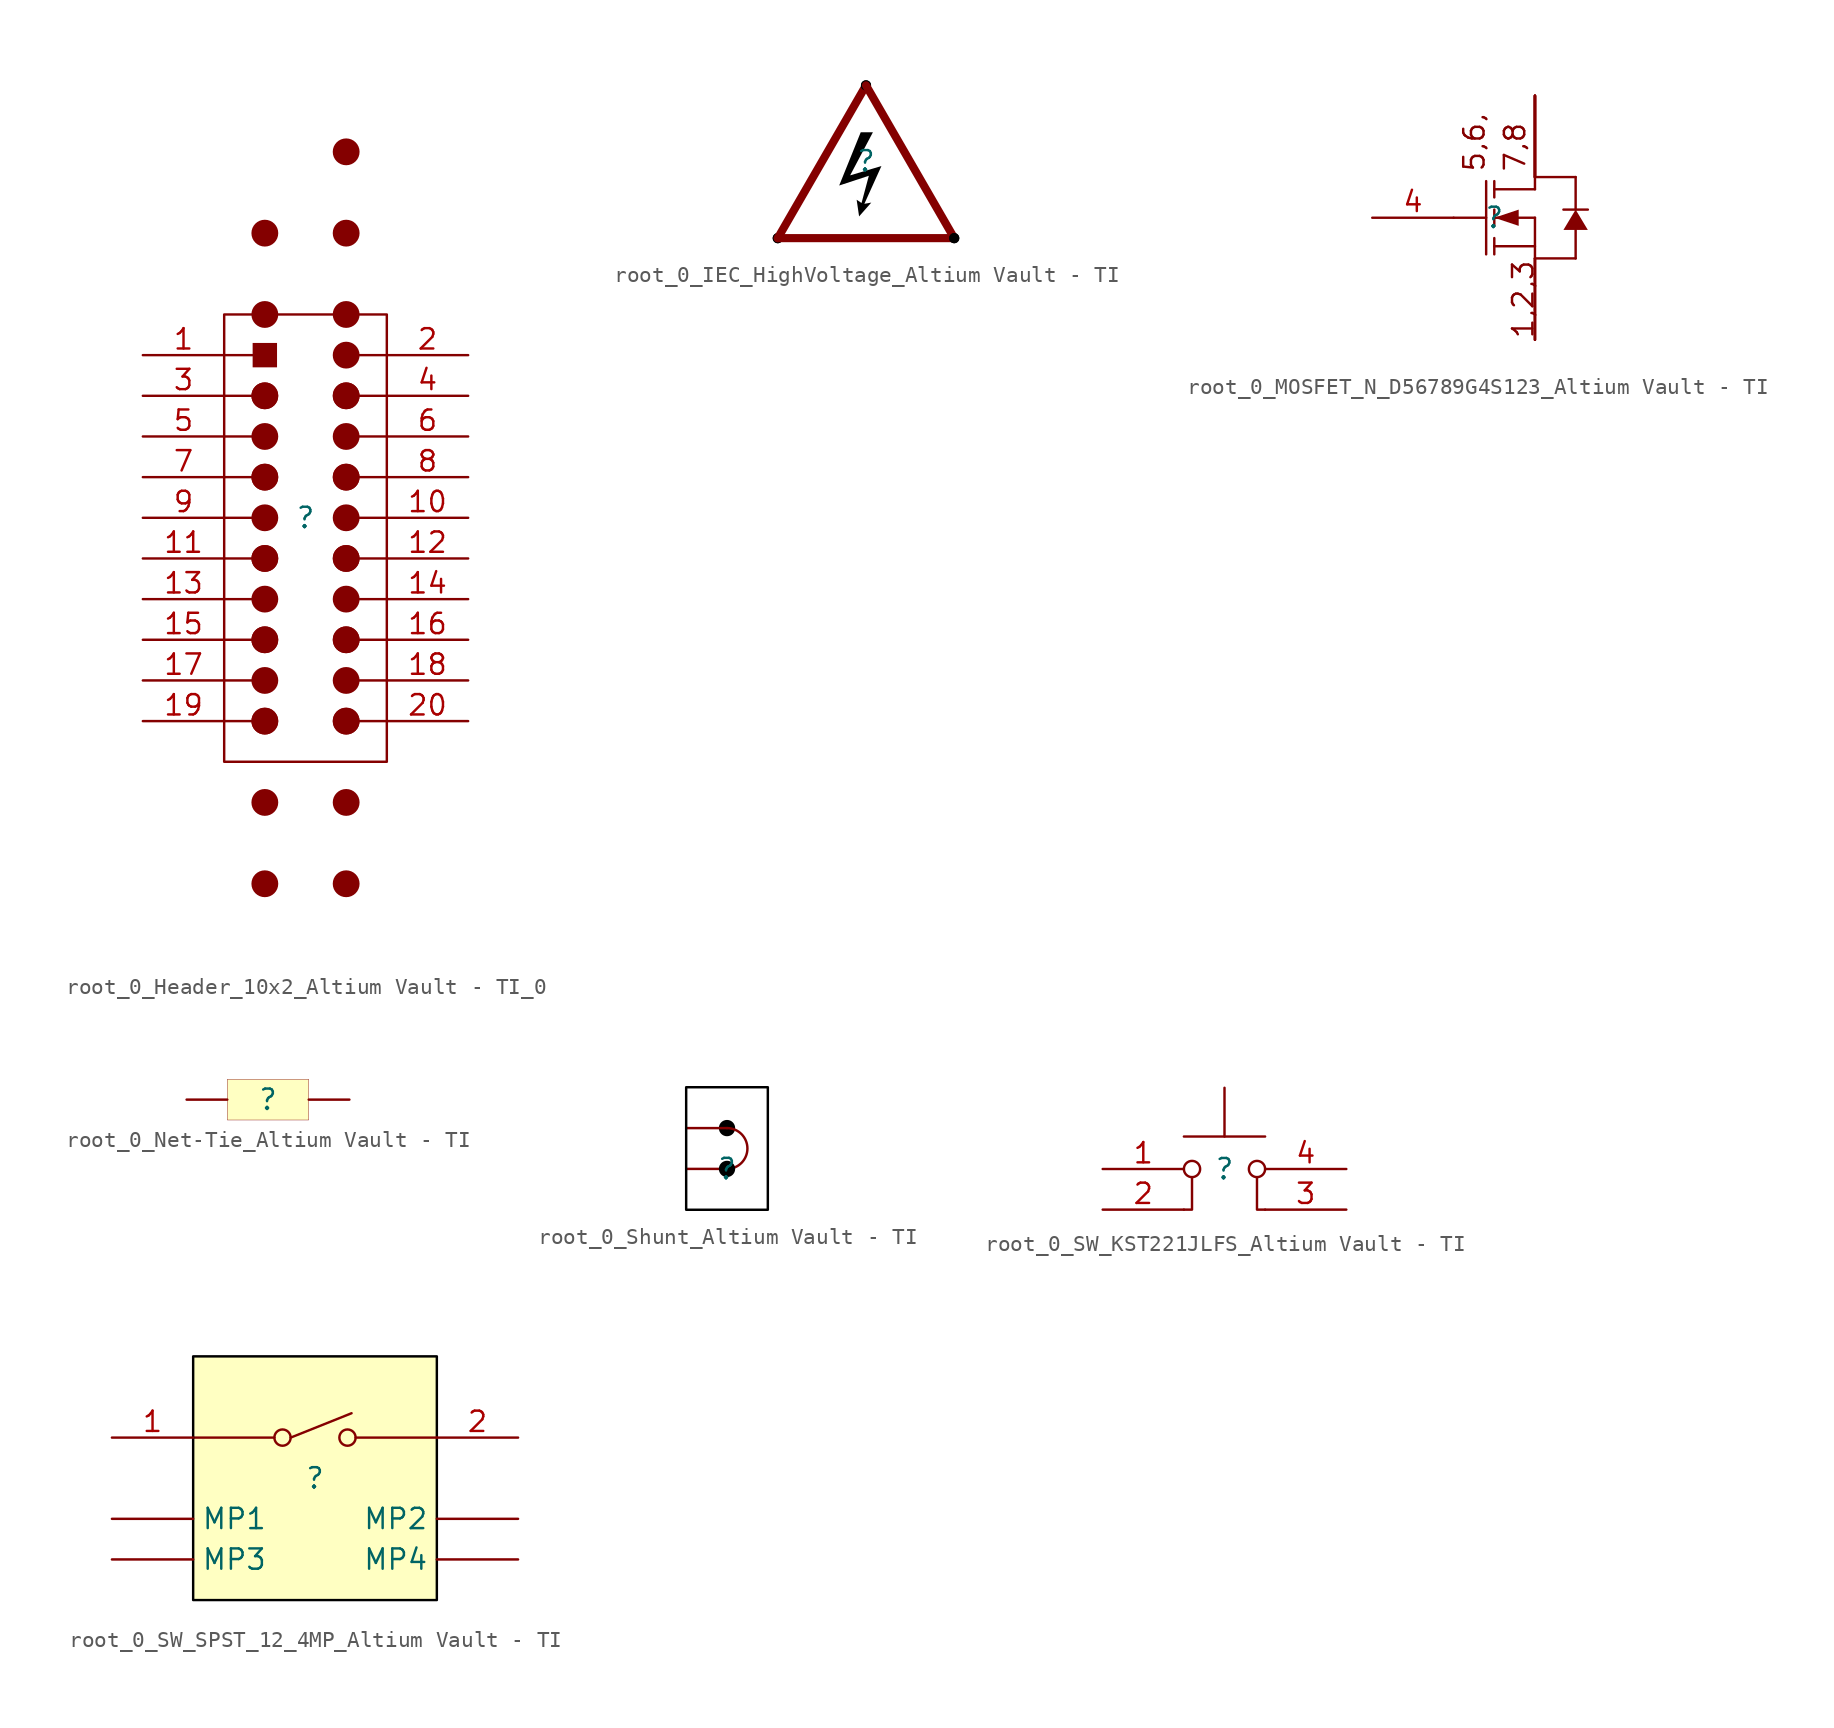
<source format=kicad_sym>
(kicad_symbol_lib
  (version 20241209)
  (generator "kicad_symbol_editor")
  (generator_version "9.0")
  (symbol "root_0_Header_10x2_Altium Vault - TI_0"
    (pin_names
      (hide yes))
    (property "Reference" ""
      (at 0 0 0)
      (effects (font (size 1.27 1.27))))
    (property "Value" ""
      (at 0 0 0)
      (effects (font (size 1.27 1.27))))
    (symbol "root_0_Header_10x2_Altium Vault - TI_0_1_0"
      (polyline (pts (xy -5.08 10.16) (xy -3.302 10.16)) (stroke (width 0) (type solid)) (fill (type none)))
      (polyline (pts (xy -5.08 7.62) (xy -3.302 7.62)) (stroke (width 0) (type solid)) (fill (type none)))
      (polyline (pts (xy -5.08 5.08) (xy -3.302 5.08)) (stroke (width 0) (type solid)) (fill (type none)))
      (polyline (pts (xy -5.08 2.54) (xy -3.302 2.54)) (stroke (width 0) (type solid)) (fill (type none)))
      (polyline (pts (xy -5.08 0) (xy -3.302 0)) (stroke (width 0) (type solid)) (fill (type none)))
      (polyline (pts (xy -5.08 -2.54) (xy -3.302 -2.54)) (stroke (width 0) (type solid)) (fill (type none)))
      (polyline (pts (xy -5.08 -5.08) (xy -3.302 -5.08)) (stroke (width 0) (type solid)) (fill (type none)))
      (polyline (pts (xy -5.08 -7.62) (xy -3.302 -7.62)) (stroke (width 0) (type solid)) (fill (type none)))
      (polyline (pts (xy -5.08 -10.16) (xy -3.302 -10.16)) (stroke (width 0) (type solid)) (fill (type none)))
      (polyline (pts (xy -5.08 -12.7) (xy -3.302 -12.7)) (stroke (width 0) (type solid)) (fill (type none)))
      (circle (center -2.54 17.78) (radius 0.762) (stroke (width 0) (type solid)) (fill (type outline)))
      (circle (center -2.54 12.7) (radius 0.762) (stroke (width 0) (type solid)) (fill (type outline)))
      (circle (center -2.54 7.62) (radius 0.762) (stroke (width 0) (type solid)) (fill (type outline)))
      (circle (center -2.54 7.62) (radius 0.762) (stroke (width 0) (type solid)) (fill (type outline)))
      (circle (center -2.54 5.08) (radius 0.762) (stroke (width 0) (type solid)) (fill (type outline)))
      (circle (center -2.54 2.54) (radius 0.762) (stroke (width 0) (type solid)) (fill (type outline)))
      (circle (center -2.54 2.54) (radius 0.762) (stroke (width 0) (type solid)) (fill (type outline)))
      (circle (center -2.54 0) (radius 0.762) (stroke (width 0) (type solid)) (fill (type outline)))
      (circle (center -2.54 -2.54) (radius 0.762) (stroke (width 0) (type solid)) (fill (type outline)))
      (circle (center -2.54 -2.54) (radius 0.762) (stroke (width 0) (type solid)) (fill (type outline)))
      (circle (center -2.54 -5.08) (radius 0.762) (stroke (width 0) (type solid)) (fill (type outline)))
      (circle (center -2.54 -7.62) (radius 0.762) (stroke (width 0) (type solid)) (fill (type outline)))
      (circle (center -2.54 -7.62) (radius 0.762) (stroke (width 0) (type solid)) (fill (type outline)))
      (circle (center -2.54 -10.16) (radius 0.762) (stroke (width 0) (type solid)) (fill (type outline)))
      (circle (center -2.54 -12.7) (radius 0.762) (stroke (width 0) (type solid)) (fill (type outline)))
      (circle (center -2.54 -12.7) (radius 0.762) (stroke (width 0) (type solid)) (fill (type outline)))
      (circle (center -2.54 -17.78) (radius 0.762) (stroke (width 0) (type solid)) (fill (type outline)))
      (circle (center -2.54 -22.86) (radius 0.762) (stroke (width 0) (type solid)) (fill (type outline)))
      (rectangle (start -1.778 10.922) (end -3.302 9.398) (stroke (width -0.0001) (type solid)) (fill (type outline)))
      (circle (center 2.54 22.86) (radius 0.762) (stroke (width 0) (type solid)) (fill (type outline)))
      (circle (center 2.54 17.78) (radius 0.762) (stroke (width 0) (type solid)) (fill (type outline)))
      (circle (center 2.54 12.7) (radius 0.762) (stroke (width 0) (type solid)) (fill (type outline)))
      (circle (center 2.54 10.16) (radius 0.762) (stroke (width 0) (type solid)) (fill (type outline)))
      (circle (center 2.54 7.62) (radius 0.762) (stroke (width 0) (type solid)) (fill (type outline)))
      (circle (center 2.54 7.62) (radius 0.762) (stroke (width 0) (type solid)) (fill (type outline)))
      (circle (center 2.54 5.08) (radius 0.762) (stroke (width 0) (type solid)) (fill (type outline)))
      (circle (center 2.54 2.54) (radius 0.762) (stroke (width 0) (type solid)) (fill (type outline)))
      (circle (center 2.54 2.54) (radius 0.762) (stroke (width 0) (type solid)) (fill (type outline)))
      (circle (center 2.54 0) (radius 0.762) (stroke (width 0) (type solid)) (fill (type outline)))
      (circle (center 2.54 -2.54) (radius 0.762) (stroke (width 0) (type solid)) (fill (type outline)))
      (circle (center 2.54 -2.54) (radius 0.762) (stroke (width 0) (type solid)) (fill (type outline)))
      (circle (center 2.54 -5.08) (radius 0.762) (stroke (width 0) (type solid)) (fill (type outline)))
      (circle (center 2.54 -7.62) (radius 0.762) (stroke (width 0) (type solid)) (fill (type outline)))
      (circle (center 2.54 -7.62) (radius 0.762) (stroke (width 0) (type solid)) (fill (type outline)))
      (circle (center 2.54 -10.16) (radius 0.762) (stroke (width 0) (type solid)) (fill (type outline)))
      (circle (center 2.54 -12.7) (radius 0.762) (stroke (width 0) (type solid)) (fill (type outline)))
      (circle (center 2.54 -12.7) (radius 0.762) (stroke (width 0) (type solid)) (fill (type outline)))
      (circle (center 2.54 -17.78) (radius 0.762) (stroke (width 0) (type solid)) (fill (type outline)))
      (circle (center 2.54 -22.86) (radius 0.762) (stroke (width 0) (type solid)) (fill (type outline)))
      (rectangle (start 5.08 12.7) (end -5.08 -15.24) (stroke (width 0) (type solid)) (fill (type color) (color 255 255 255 1)))
      (polyline (pts (xy 5.08 10.16) (xy 3.302 10.16)) (stroke (width 0) (type solid)) (fill (type none)))
      (polyline (pts (xy 5.08 7.62) (xy 3.302 7.62)) (stroke (width 0) (type solid)) (fill (type none)))
      (polyline (pts (xy 5.08 5.08) (xy 3.302 5.08)) (stroke (width 0) (type solid)) (fill (type none)))
      (polyline (pts (xy 5.08 2.54) (xy 3.302 2.54)) (stroke (width 0) (type solid)) (fill (type none)))
      (polyline (pts (xy 5.08 0) (xy 3.302 0)) (stroke (width 0) (type solid)) (fill (type none)))
      (polyline (pts (xy 5.08 -2.54) (xy 3.302 -2.54)) (stroke (width 0) (type solid)) (fill (type none)))
      (polyline (pts (xy 5.08 -5.08) (xy 3.302 -5.08)) (stroke (width 0) (type solid)) (fill (type none)))
      (polyline (pts (xy 5.08 -7.62) (xy 3.302 -7.62)) (stroke (width 0) (type solid)) (fill (type none)))
      (polyline (pts (xy 5.08 -10.16) (xy 3.302 -10.16)) (stroke (width 0) (type solid)) (fill (type none)))
      (polyline (pts (xy 5.08 -12.7) (xy 3.302 -12.7)) (stroke (width 0) (type solid)) (fill (type none)))
      (pin passive line (at -10.16 10.16 0) (length 5.08) (name "1" (effects (font (size 1.27 1.27)))) (number "1" (effects (font (size 1.27 1.27)))))
      (pin passive line (at -10.16 7.62 0) (length 5.08) (name "3" (effects (font (size 1.27 1.27)))) (number "3" (effects (font (size 1.27 1.27)))))
      (pin passive line (at -10.16 5.08 0) (length 5.08) (name "5" (effects (font (size 1.27 1.27)))) (number "5" (effects (font (size 1.27 1.27)))))
      (pin passive line (at -10.16 2.54 0) (length 5.08) (name "7" (effects (font (size 1.27 1.27)))) (number "7" (effects (font (size 1.27 1.27)))))
      (pin passive line (at -10.16 0 0) (length 5.08) (name "9" (effects (font (size 1.27 1.27)))) (number "9" (effects (font (size 1.27 1.27)))))
      (pin passive line (at -10.16 -2.54 0) (length 5.08) (name "11" (effects (font (size 1.27 1.27)))) (number "11" (effects (font (size 1.27 1.27)))))
      (pin passive line (at -10.16 -5.08 0) (length 5.08) (name "13" (effects (font (size 1.27 1.27)))) (number "13" (effects (font (size 1.27 1.27)))))
      (pin passive line (at -10.16 -7.62 0) (length 5.08) (name "15" (effects (font (size 1.27 1.27)))) (number "15" (effects (font (size 1.27 1.27)))))
      (pin passive line (at -10.16 -10.16 0) (length 5.08) (name "17" (effects (font (size 1.27 1.27)))) (number "17" (effects (font (size 1.27 1.27)))))
      (pin passive line (at -10.16 -12.7 0) (length 5.08) (name "19" (effects (font (size 1.27 1.27)))) (number "19" (effects (font (size 1.27 1.27)))))
      (pin passive line (at 10.16 10.16 180) (length 5.08) (name "2" (effects (font (size 1.27 1.27)))) (number "2" (effects (font (size 1.27 1.27)))))
      (pin passive line (at 10.16 7.62 180) (length 5.08) (name "4" (effects (font (size 1.27 1.27)))) (number "4" (effects (font (size 1.27 1.27)))))
      (pin passive line (at 10.16 5.08 180) (length 5.08) (name "6" (effects (font (size 1.27 1.27)))) (number "6" (effects (font (size 1.27 1.27)))))
      (pin passive line (at 10.16 2.54 180) (length 5.08) (name "8" (effects (font (size 1.27 1.27)))) (number "8" (effects (font (size 1.27 1.27)))))
      (pin passive line (at 10.16 0 180) (length 5.08) (name "10" (effects (font (size 1.27 1.27)))) (number "10" (effects (font (size 1.27 1.27)))))
      (pin passive line (at 10.16 -2.54 180) (length 5.08) (name "12" (effects (font (size 1.27 1.27)))) (number "12" (effects (font (size 1.27 1.27)))))
      (pin passive line (at 10.16 -5.08 180) (length 5.08) (name "14" (effects (font (size 1.27 1.27)))) (number "14" (effects (font (size 1.27 1.27)))))
      (pin passive line (at 10.16 -7.62 180) (length 5.08) (name "16" (effects (font (size 1.27 1.27)))) (number "16" (effects (font (size 1.27 1.27)))))
      (pin passive line (at 10.16 -10.16 180) (length 5.08) (name "18" (effects (font (size 1.27 1.27)))) (number "18" (effects (font (size 1.27 1.27)))))
      (pin passive line (at 10.16 -12.7 180) (length 5.08) (name "20" (effects (font (size 1.27 1.27)))) (number "20" (effects (font (size 1.27 1.27)))))))
  (symbol "root_0_IEC_HighVoltage_Altium Vault - TI"
    (pin_numbers
      (hide yes))
    (pin_names
      (hide yes))
    (property "Reference" ""
      (at 0 0 0)
      (effects (font (size 1.27 1.27))))
    (property "Value" ""
      (at 0 0 0)
      (effects (font (size 1.27 1.27))))
    (symbol "root_0_IEC_HighVoltage_Altium Vault - TI_1_0"
      (circle (center -5.512 -4.813) (radius 0.318) (stroke (width -0.0001) (type solid) (color 0 0 0 1)) (fill (type outline)))
      (circle (center -5.512 -4.813) (radius 0.318) (stroke (width -0.0001) (type solid) (color 0 0 0 1)) (fill (type outline)))
      (polyline (pts (xy -5.512 -4.813) (xy 0 4.733)) (stroke (width 0.508) (type solid)) (fill (type none)))
      (polyline (pts (xy -5.512 -4.813) (xy 5.512 -4.813)) (stroke (width 0.508) (type solid)) (fill (type none)))
      (polyline (pts (xy -0.33 1.803) (xy 0.432 1.803) (xy -0.991 -0.889) (xy 0.965 -0.305) (xy -0.102 -2.667) (xy 0.33 -2.591) (xy -0.432 -3.454) (xy -0.584 -2.413) (xy -0.279 -2.616) (xy 0.178 -0.914) (xy -1.676 -1.524) (xy -0.33 1.803)) (stroke (width -0.0001) (type solid) (color 0 0 0 1)) (fill (type outline)))
      (circle (center 0 4.733) (radius 0.318) (stroke (width -0.0001) (type solid) (color 0 0 0 1)) (fill (type outline)))
      (circle (center 0 4.733) (radius 0.318) (stroke (width -0.0001) (type solid) (color 0 0 0 1)) (fill (type outline)))
      (polyline (pts (xy 0 4.733) (xy 5.512 -4.813)) (stroke (width 0.508) (type solid)) (fill (type none)))
      (circle (center 5.512 -4.813) (radius 0.318) (stroke (width -0.0001) (type solid) (color 0 0 0 1)) (fill (type outline)))
      (circle (center 5.512 -4.813) (radius 0.318) (stroke (width -0.0001) (type solid) (color 0 0 0 1)) (fill (type outline)))))
  (symbol "root_0_MOSFET_N_D56789G4S123_Altium Vault - TI"
    (pin_names
      (hide yes))
    (property "Reference" ""
      (at 0 0 0)
      (effects (font (size 1.27 1.27))))
    (property "Value" ""
      (at 0 0 0)
      (effects (font (size 1.27 1.27))))
    (symbol "root_0_MOSFET_N_D56789G4S123_Altium Vault - TI_1_0"
      (polyline (pts (xy -2.54 0) (xy -0.508 0)) (stroke (width 0) (type solid)) (fill (type none)))
      (polyline (pts (xy -0.508 2.286) (xy -0.508 -2.286)) (stroke (width 0) (type solid)) (fill (type none)))
      (polyline (pts (xy 0 2.286) (xy 0 1.27)) (stroke (width 0) (type solid)) (fill (type none)))
      (polyline (pts (xy 0 0) (xy 1.524 -0.508) (xy 1.524 0.508) (xy 0 0)) (stroke (width -0.0001) (type solid)) (fill (type outline)))
      (polyline (pts (xy 0 -0.508) (xy 0 0.508)) (stroke (width 0) (type solid)) (fill (type none)))
      (polyline (pts (xy 0 -2.286) (xy 0 -1.27)) (stroke (width 0) (type solid)) (fill (type none)))
      (polyline (pts (xy 2.54 2.54) (xy 5.08 2.54)) (stroke (width 0) (type solid)) (fill (type none)))
      (polyline (pts (xy 2.54 1.778) (xy 0 1.778)) (stroke (width 0) (type solid)) (fill (type none)))
      (polyline (pts (xy 2.54 1.778) (xy 2.54 2.54)) (stroke (width 0) (type solid)) (fill (type none)))
      (polyline (pts (xy 2.54 0) (xy 0 0)) (stroke (width 0) (type solid)) (fill (type none)))
      (polyline (pts (xy 2.54 0) (xy 2.54 -2.54)) (stroke (width 0) (type solid)) (fill (type none)))
      (polyline (pts (xy 2.54 -1.778) (xy 0 -1.778)) (stroke (width 0) (type solid)) (fill (type none)))
      (polyline (pts (xy 2.54 -2.54) (xy 5.08 -2.54)) (stroke (width 0) (type solid)) (fill (type none)))
      (polyline (pts (xy 4.318 0.508) (xy 5.842 0.508)) (stroke (width 0) (type solid)) (fill (type none)))
      (polyline (pts (xy 5.08 2.54) (xy 5.08 0.508)) (stroke (width 0) (type solid)) (fill (type none)))
      (polyline (pts (xy 5.08 0.508) (xy 4.318 -0.762) (xy 5.842 -0.762) (xy 5.08 0.508)) (stroke (width -0.0001) (type solid)) (fill (type outline)))
      (polyline (pts (xy 5.08 -2.54) (xy 5.08 -0.762)) (stroke (width 0) (type solid)) (fill (type none)))
      (text "5,6," (at -0.508 2.794 900) (effects (font (size 1.27 1.27)) (justify left bottom)))
      (text "7,8" (at 2.032 2.794 900) (effects (font (size 1.27 1.27)) (justify left bottom)))
      (text "1,2,3" (at 2.54 -7.62 900) (effects (font (size 1.27 1.27)) (justify left bottom)))
      (pin passive line (at -7.62 0 0) (length 5.08) (name "G" (effects (font (size 1.27 1.27)))) (number "4" (effects (font (size 1.27 1.27)))))
      (pin passive line (at 2.54 7.62 270) (length 5.08) (name "D" (effects (font (size 1.27 1.27)))) (number "5" (effects (font (size 0 0)))))
      (pin passive line (at 2.54 7.62 270) (length 5.08) (name "D" (effects (font (size 1.27 1.27)))) (number "6" (effects (font (size 0 0)))))
      (pin passive line (at 2.54 7.62 270) (length 5.08) (name "D" (effects (font (size 1.27 1.27)))) (number "7" (effects (font (size 0 0)))))
      (pin passive line (at 2.54 7.62 270) (length 5.08) (name "D" (effects (font (size 1.27 1.27)))) (number "8" (effects (font (size 0 0)))))
      (pin passive line (at 2.54 7.62 270) (length 5.08) (name "D" (effects (font (size 1.27 1.27)))) (number "9" (effects (font (size 0 0)))))
      (pin passive line (at 2.54 -7.62 90) (length 5.08) (name "S" (effects (font (size 1.27 1.27)))) (number "1" (effects (font (size 0 0)))))
      (pin passive line (at 2.54 -7.62 90) (length 5.08) (name "S" (effects (font (size 1.27 1.27)))) (number "2" (effects (font (size 0 0)))))
      (pin passive line (at 2.54 -7.62 90) (length 5.08) (name "S" (effects (font (size 1.27 1.27)))) (number "3" (effects (font (size 0 0)))))))
  (symbol "root_0_Net-Tie_Altium Vault - TI"
    (pin_numbers
      (hide yes))
    (pin_names
      (hide yes))
    (property "Reference" ""
      (at 0 0 0)
      (effects (font (size 1.27 1.27))))
    (property "Value" ""
      (at 0 0 0)
      (effects (font (size 1.27 1.27))))
    (symbol "root_0_Net-Tie_Altium Vault - TI_1_0"
      (rectangle (start 2.54 1.27) (end -2.54 -1.27) (stroke (width 0.025) (type solid) (color 128 0 0 1)) (fill (type background)))
      (pin passive line (at -5.08 0 0) (length 2.54) (name "1" (effects (font (size 1.27 1.27)))) (number "1" (effects (font (size 1.27 1.27)))))
      (pin passive line (at 5.08 0 180) (length 2.54) (name "2" (effects (font (size 1.27 1.27)))) (number "2" (effects (font (size 1.27 1.27)))))))
  (symbol "root_0_Shunt_Altium Vault - TI"
    (pin_numbers
      (hide yes))
    (pin_names
      (hide yes))
    (property "Reference" ""
      (at 0 0 0)
      (effects (font (size 1.27 1.27))))
    (property "Value" ""
      (at 0 0 0)
      (effects (font (size 1.27 1.27))))
    (symbol "root_0_Shunt_Altium Vault - TI_1_0"
      (circle (center 0 2.54) (radius 0.508) (stroke (width -0.0001) (type solid) (color 0 0 0 1)) (fill (type outline)))
      (polyline (pts (xy 0 2.54) (xy -2.54 2.54)) (stroke (width 0) (type solid)) (fill (type none)))
      (arc (start 0 2.54) (mid 1.27 1.27) (end 0 0) (stroke (width 0) (type solid)) (fill (type none)))
      (polyline (pts (xy 0 0) (xy -2.54 0)) (stroke (width 0) (type solid)) (fill (type none)))
      (circle (center 0 0) (radius 0.508) (stroke (width -0.0001) (type solid) (color 0 0 0 1)) (fill (type outline)))
      (rectangle (start 2.54 5.08) (end -2.54 -2.54) (stroke (width 0) (type solid) (color 0 0 0 1)) (fill (type color) (color 255 255 255 1)))))
  (symbol "root_0_SW_KST221JLFS_Altium Vault - TI"
    (pin_names
      (hide yes))
    (property "Reference" ""
      (at 0 0 0)
      (effects (font (size 1.27 1.27))))
    (property "Value" ""
      (at 0 0 0)
      (effects (font (size 1.27 1.27))))
    (symbol "root_0_SW_KST221JLFS_Altium Vault - TI_1_0"
      (polyline (pts (xy -2.54 -2.54) (xy -2.032 -2.54) (xy -2.032 -0.508)) (stroke (width 0) (type solid)) (fill (type none)))
      (circle (center -2.032 0) (radius 0.508) (stroke (width 0) (type solid)) (fill (type none)))
      (polyline (pts (xy 0 5.08) (xy 0 2.032)) (stroke (width 0) (type solid)) (fill (type none)))
      (circle (center 2.032 0) (radius 0.508) (stroke (width 0) (type solid)) (fill (type none)))
      (polyline (pts (xy 2.54 2.032) (xy -2.54 2.032)) (stroke (width 0) (type solid)) (fill (type none)))
      (polyline (pts (xy 2.54 -2.54) (xy 2.032 -2.54) (xy 2.032 -0.508)) (stroke (width 0) (type solid)) (fill (type none)))
      (pin passive line (at -7.62 0 0) (length 5.08) (name "1" (effects (font (size 1.27 1.27)))) (number "1" (effects (font (size 1.27 1.27)))))
      (pin passive line (at -7.62 -2.54 0) (length 5.08) (name "2" (effects (font (size 1.27 1.27)))) (number "2" (effects (font (size 1.27 1.27)))))
      (pin passive line (at 7.62 0 180) (length 5.08) (name "4" (effects (font (size 1.27 1.27)))) (number "4" (effects (font (size 1.27 1.27)))))
      (pin passive line (at 7.62 -2.54 180) (length 5.08) (name "3" (effects (font (size 1.27 1.27)))) (number "3" (effects (font (size 1.27 1.27)))))))
  (symbol "root_0_SW_SPST_12_4MP_Altium Vault - TI"
    (property "Reference" ""
      (at 0 0 0)
      (effects (font (size 1.27 1.27))))
    (property "Value" ""
      (at 0 0 0)
      (effects (font (size 1.27 1.27))))
    (symbol "root_0_SW_SPST_12_4MP_Altium Vault - TI_1_0"
      (polyline (pts (xy -7.62 2.54) (xy -2.54 2.54)) (stroke (width 0) (type solid)) (fill (type none)))
      (circle (center -2.032 2.54) (radius 0.508) (stroke (width 0) (type solid)) (fill (type none)))
      (polyline (pts (xy -1.524 2.54) (xy 2.286 4.064)) (stroke (width 0) (type solid)) (fill (type none)))
      (circle (center 2.032 2.54) (radius 0.508) (stroke (width 0) (type solid)) (fill (type none)))
      (rectangle (start 7.62 7.62) (end -7.62 -7.62) (stroke (width 0) (type solid) (color 0 0 0 1)) (fill (type background)))
      (polyline (pts (xy 7.62 2.54) (xy 2.54 2.54)) (stroke (width 0) (type solid)) (fill (type none)))
      (pin passive line (at -12.7 2.54 0) (length 5.08) (name "1" (effects (font (size 0 0)))) (number "1" (effects (font (size 1.27 1.27)))))
      (pin passive line (at -12.7 -2.54 0) (length 5.08) (name "MP1" (effects (font (size 1.27 1.27)))) (number "MP1" (effects (font (size 0 0)))))
      (pin passive line (at -12.7 -5.08 0) (length 5.08) (name "MP3" (effects (font (size 1.27 1.27)))) (number "MP3" (effects (font (size 0 0)))))
      (pin passive line (at 12.7 2.54 180) (length 5.08) (name "2" (effects (font (size 0 0)))) (number "2" (effects (font (size 1.27 1.27)))))
      (pin passive line (at 12.7 -2.54 180) (length 5.08) (name "MP2" (effects (font (size 1.27 1.27)))) (number "MP2" (effects (font (size 0 0)))))
      (pin passive line (at 12.7 -5.08 180) (length 5.08) (name "MP4" (effects (font (size 1.27 1.27)))) (number "MP4" (effects (font (size 0 0))))))))
</source>
